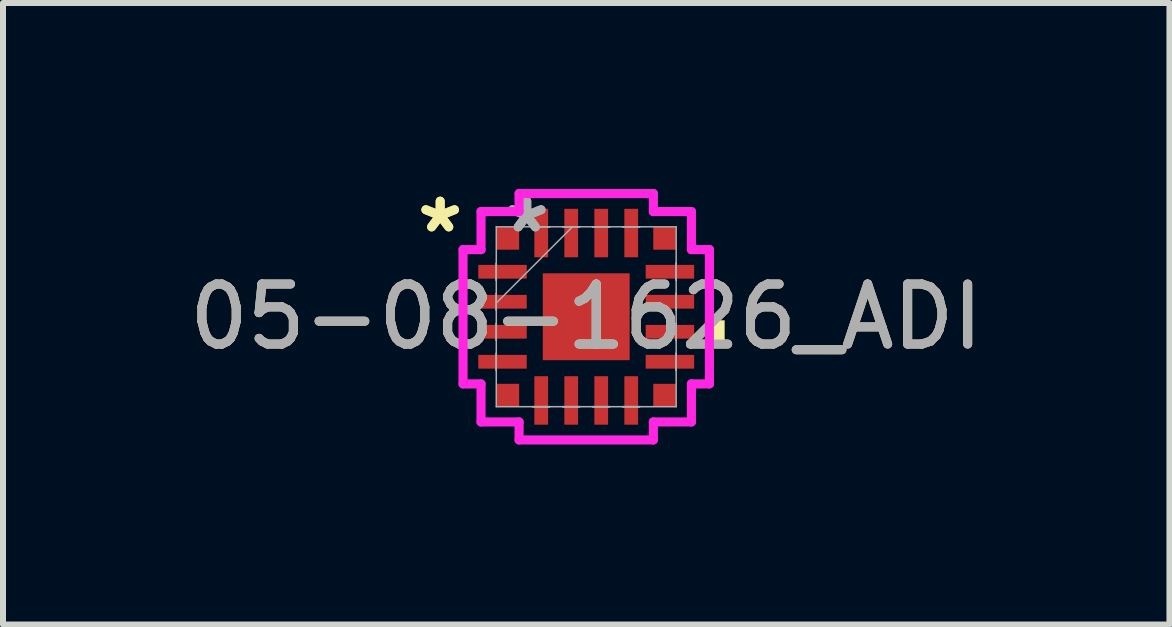
<source format=kicad_pcb>
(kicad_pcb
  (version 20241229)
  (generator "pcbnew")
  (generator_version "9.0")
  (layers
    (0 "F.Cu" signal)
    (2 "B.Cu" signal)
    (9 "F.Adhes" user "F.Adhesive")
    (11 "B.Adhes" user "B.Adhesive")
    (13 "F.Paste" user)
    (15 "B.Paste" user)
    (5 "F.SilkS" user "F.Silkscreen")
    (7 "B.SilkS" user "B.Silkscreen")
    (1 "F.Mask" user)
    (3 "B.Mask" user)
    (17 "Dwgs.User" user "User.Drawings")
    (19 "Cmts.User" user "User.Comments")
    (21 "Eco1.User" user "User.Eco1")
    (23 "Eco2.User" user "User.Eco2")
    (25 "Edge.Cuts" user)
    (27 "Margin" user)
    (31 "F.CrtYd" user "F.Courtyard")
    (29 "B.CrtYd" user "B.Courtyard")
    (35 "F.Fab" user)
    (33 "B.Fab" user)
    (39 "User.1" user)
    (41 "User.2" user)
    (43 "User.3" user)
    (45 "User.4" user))
  (footprint "05-08-1626_ADI"
    (layer "F.Cu")
    (at 6.72 2.229)
    (property "Reference" "05-08-1626_ADI" (at 0 0 0) (unlocked yes) (layer "F.SilkS") (effects (font (size 1 1) (thickness 0.15))))
    (attr smd)
    (fp_poly (pts (xy 2.307 0.059) (xy 2.307 0.441) (xy 2.053 0.441) (xy 2.053 0.059)) (stroke (width 0) (type solid)) (fill yes) (layer "F.SilkS"))
    (fp_line (start -2.053 -1.119) (end -1.753 -1.119) (stroke (width 0.152) (type solid)) (layer "F.CrtYd"))
    (fp_line (start -2.053 1.119) (end -2.053 -1.119) (stroke (width 0.152) (type solid)) (layer "F.CrtYd"))
    (fp_line (start -2.053 1.119) (end -1.753 1.119) (stroke (width 0.152) (type solid)) (layer "F.CrtYd"))
    (fp_line (start -1.753 -1.753) (end -1.119 -1.753) (stroke (width 0.152) (type solid)) (layer "F.CrtYd"))
    (fp_line (start -1.753 -1.119) (end -1.753 -1.753) (stroke (width 0.152) (type solid)) (layer "F.CrtYd"))
    (fp_line (start -1.753 1.753) (end -1.753 1.119) (stroke (width 0.152) (type solid)) (layer "F.CrtYd"))
    (fp_line (start -1.119 -2.053) (end 1.119 -2.053) (stroke (width 0.152) (type solid)) (layer "F.CrtYd"))
    (fp_line (start -1.119 -1.753) (end -1.119 -2.053) (stroke (width 0.152) (type solid)) (layer "F.CrtYd"))
    (fp_line (start -1.119 1.753) (end -1.753 1.753) (stroke (width 0.152) (type solid)) (layer "F.CrtYd"))
    (fp_line (start -1.119 2.053) (end -1.119 1.753) (stroke (width 0.152) (type solid)) (layer "F.CrtYd"))
    (fp_line (start 1.119 -2.053) (end 1.119 -1.753) (stroke (width 0.152) (type solid)) (layer "F.CrtYd"))
    (fp_line (start 1.119 -1.753) (end 1.753 -1.753) (stroke (width 0.152) (type solid)) (layer "F.CrtYd"))
    (fp_line (start 1.119 1.753) (end 1.119 2.053) (stroke (width 0.152) (type solid)) (layer "F.CrtYd"))
    (fp_line (start 1.119 2.053) (end -1.119 2.053) (stroke (width 0.152) (type solid)) (layer "F.CrtYd"))
    (fp_line (start 1.753 -1.753) (end 1.753 -1.119) (stroke (width 0.152) (type solid)) (layer "F.CrtYd"))
    (fp_line (start 1.753 -1.119) (end 2.053 -1.119) (stroke (width 0.152) (type solid)) (layer "F.CrtYd"))
    (fp_line (start 1.753 1.119) (end 1.753 1.753) (stroke (width 0.152) (type solid)) (layer "F.CrtYd"))
    (fp_line (start 1.753 1.753) (end 1.119 1.753) (stroke (width 0.152) (type solid)) (layer "F.CrtYd"))
    (fp_line (start 2.053 -1.119) (end 2.053 1.119) (stroke (width 0.152) (type solid)) (layer "F.CrtYd"))
    (fp_line (start 2.053 1.119) (end 1.753 1.119) (stroke (width 0.152) (type solid)) (layer "F.CrtYd"))
    (fp_line (start -1.499 -1.499) (end -1.499 1.499) (stroke (width 0.025) (type solid)) (layer "F.Fab"))
    (fp_line (start -1.499 -0.89) (end -1.499 -0.89) (stroke (width 0.025) (type solid)) (layer "F.Fab"))
    (fp_line (start -1.499 -0.89) (end -1.499 -0.61) (stroke (width 0.025) (type solid)) (layer "F.Fab"))
    (fp_line (start -1.499 -0.61) (end -1.499 -0.89) (stroke (width 0.025) (type solid)) (layer "F.Fab"))
    (fp_line (start -1.499 -0.61) (end -1.499 -0.61) (stroke (width 0.025) (type solid)) (layer "F.Fab"))
    (fp_line (start -1.499 -0.39) (end -1.499 -0.39) (stroke (width 0.025) (type solid)) (layer "F.Fab"))
    (fp_line (start -1.499 -0.39) (end -1.499 -0.11) (stroke (width 0.025) (type solid)) (layer "F.Fab"))
    (fp_line (start -1.499 -0.229) (end -0.229 -1.499) (stroke (width 0.025) (type solid)) (layer "F.Fab"))
    (fp_line (start -1.499 -0.11) (end -1.499 -0.39) (stroke (width 0.025) (type solid)) (layer "F.Fab"))
    (fp_line (start -1.499 -0.11) (end -1.499 -0.11) (stroke (width 0.025) (type solid)) (layer "F.Fab"))
    (fp_line (start -1.499 0.11) (end -1.499 0.11) (stroke (width 0.025) (type solid)) (layer "F.Fab"))
    (fp_line (start -1.499 0.11) (end -1.499 0.39) (stroke (width 0.025) (type solid)) (layer "F.Fab"))
    (fp_line (start -1.499 0.39) (end -1.499 0.11) (stroke (width 0.025) (type solid)) (layer "F.Fab"))
    (fp_line (start -1.499 0.39) (end -1.499 0.39) (stroke (width 0.025) (type solid)) (layer "F.Fab"))
    (fp_line (start -1.499 0.61) (end -1.499 0.61) (stroke (width 0.025) (type solid)) (layer "F.Fab"))
    (fp_line (start -1.499 0.61) (end -1.499 0.89) (stroke (width 0.025) (type solid)) (layer "F.Fab"))
    (fp_line (start -1.499 0.89) (end -1.499 0.61) (stroke (width 0.025) (type solid)) (layer "F.Fab"))
    (fp_line (start -1.499 0.89) (end -1.499 0.89) (stroke (width 0.025) (type solid)) (layer "F.Fab"))
    (fp_line (start -1.499 1.499) (end 1.499 1.499) (stroke (width 0.025) (type solid)) (layer "F.Fab"))
    (fp_line (start -0.89 -1.499) (end -0.89 -1.499) (stroke (width 0.025) (type solid)) (layer "F.Fab"))
    (fp_line (start -0.89 -1.499) (end -0.61 -1.499) (stroke (width 0.025) (type solid)) (layer "F.Fab"))
    (fp_line (start -0.89 1.499) (end -0.89 1.499) (stroke (width 0.025) (type solid)) (layer "F.Fab"))
    (fp_line (start -0.89 1.499) (end -0.61 1.499) (stroke (width 0.025) (type solid)) (layer "F.Fab"))
    (fp_line (start -0.61 -1.499) (end -0.89 -1.499) (stroke (width 0.025) (type solid)) (layer "F.Fab"))
    (fp_line (start -0.61 -1.499) (end -0.61 -1.499) (stroke (width 0.025) (type solid)) (layer "F.Fab"))
    (fp_line (start -0.61 1.499) (end -0.89 1.499) (stroke (width 0.025) (type solid)) (layer "F.Fab"))
    (fp_line (start -0.61 1.499) (end -0.61 1.499) (stroke (width 0.025) (type solid)) (layer "F.Fab"))
    (fp_line (start -0.39 -1.499) (end -0.39 -1.499) (stroke (width 0.025) (type solid)) (layer "F.Fab"))
    (fp_line (start -0.39 -1.499) (end -0.11 -1.499) (stroke (width 0.025) (type solid)) (layer "F.Fab"))
    (fp_line (start -0.39 1.499) (end -0.39 1.499) (stroke (width 0.025) (type solid)) (layer "F.Fab"))
    (fp_line (start -0.39 1.499) (end -0.11 1.499) (stroke (width 0.025) (type solid)) (layer "F.Fab"))
    (fp_line (start -0.11 -1.499) (end -0.39 -1.499) (stroke (width 0.025) (type solid)) (layer "F.Fab"))
    (fp_line (start -0.11 -1.499) (end -0.11 -1.499) (stroke (width 0.025) (type solid)) (layer "F.Fab"))
    (fp_line (start -0.11 1.499) (end -0.39 1.499) (stroke (width 0.025) (type solid)) (layer "F.Fab"))
    (fp_line (start -0.11 1.499) (end -0.11 1.499) (stroke (width 0.025) (type solid)) (layer "F.Fab"))
    (fp_line (start 0.11 -1.499) (end 0.11 -1.499) (stroke (width 0.025) (type solid)) (layer "F.Fab"))
    (fp_line (start 0.11 -1.499) (end 0.39 -1.499) (stroke (width 0.025) (type solid)) (layer "F.Fab"))
    (fp_line (start 0.11 1.499) (end 0.11 1.499) (stroke (width 0.025) (type solid)) (layer "F.Fab"))
    (fp_line (start 0.11 1.499) (end 0.39 1.499) (stroke (width 0.025) (type solid)) (layer "F.Fab"))
    (fp_line (start 0.39 -1.499) (end 0.11 -1.499) (stroke (width 0.025) (type solid)) (layer "F.Fab"))
    (fp_line (start 0.39 -1.499) (end 0.39 -1.499) (stroke (width 0.025) (type solid)) (layer "F.Fab"))
    (fp_line (start 0.39 1.499) (end 0.11 1.499) (stroke (width 0.025) (type solid)) (layer "F.Fab"))
    (fp_line (start 0.39 1.499) (end 0.39 1.499) (stroke (width 0.025) (type solid)) (layer "F.Fab"))
    (fp_line (start 0.61 -1.499) (end 0.61 -1.499) (stroke (width 0.025) (type solid)) (layer "F.Fab"))
    (fp_line (start 0.61 -1.499) (end 0.89 -1.499) (stroke (width 0.025) (type solid)) (layer "F.Fab"))
    (fp_line (start 0.61 1.499) (end 0.61 1.499) (stroke (width 0.025) (type solid)) (layer "F.Fab"))
    (fp_line (start 0.61 1.499) (end 0.89 1.499) (stroke (width 0.025) (type solid)) (layer "F.Fab"))
    (fp_line (start 0.89 -1.499) (end 0.61 -1.499) (stroke (width 0.025) (type solid)) (layer "F.Fab"))
    (fp_line (start 0.89 -1.499) (end 0.89 -1.499) (stroke (width 0.025) (type solid)) (layer "F.Fab"))
    (fp_line (start 0.89 1.499) (end 0.61 1.499) (stroke (width 0.025) (type solid)) (layer "F.Fab"))
    (fp_line (start 0.89 1.499) (end 0.89 1.499) (stroke (width 0.025) (type solid)) (layer "F.Fab"))
    (fp_line (start 1.499 -1.499) (end -1.499 -1.499) (stroke (width 0.025) (type solid)) (layer "F.Fab"))
    (fp_line (start 1.499 -0.89) (end 1.499 -0.89) (stroke (width 0.025) (type solid)) (layer "F.Fab"))
    (fp_line (start 1.499 -0.89) (end 1.499 -0.61) (stroke (width 0.025) (type solid)) (layer "F.Fab"))
    (fp_line (start 1.499 -0.61) (end 1.499 -0.89) (stroke (width 0.025) (type solid)) (layer "F.Fab"))
    (fp_line (start 1.499 -0.61) (end 1.499 -0.61) (stroke (width 0.025) (type solid)) (layer "F.Fab"))
    (fp_line (start 1.499 -0.39) (end 1.499 -0.39) (stroke (width 0.025) (type solid)) (layer "F.Fab"))
    (fp_line (start 1.499 -0.39) (end 1.499 -0.11) (stroke (width 0.025) (type solid)) (layer "F.Fab"))
    (fp_line (start 1.499 -0.11) (end 1.499 -0.39) (stroke (width 0.025) (type solid)) (layer "F.Fab"))
    (fp_line (start 1.499 -0.11) (end 1.499 -0.11) (stroke (width 0.025) (type solid)) (layer "F.Fab"))
    (fp_line (start 1.499 0.11) (end 1.499 0.11) (stroke (width 0.025) (type solid)) (layer "F.Fab"))
    (fp_line (start 1.499 0.11) (end 1.499 0.39) (stroke (width 0.025) (type solid)) (layer "F.Fab"))
    (fp_line (start 1.499 0.39) (end 1.499 0.11) (stroke (width 0.025) (type solid)) (layer "F.Fab"))
    (fp_line (start 1.499 0.39) (end 1.499 0.39) (stroke (width 0.025) (type solid)) (layer "F.Fab"))
    (fp_line (start 1.499 0.61) (end 1.499 0.61) (stroke (width 0.025) (type solid)) (layer "F.Fab"))
    (fp_line (start 1.499 0.61) (end 1.499 0.89) (stroke (width 0.025) (type solid)) (layer "F.Fab"))
    (fp_line (start 1.499 0.89) (end 1.499 0.61) (stroke (width 0.025) (type solid)) (layer "F.Fab"))
    (fp_line (start 1.499 0.89) (end 1.499 0.89) (stroke (width 0.025) (type solid)) (layer "F.Fab"))
    (fp_line (start 1.499 1.499) (end 1.499 -1.499) (stroke (width 0.025) (type solid)) (layer "F.Fab"))
    (fp_text user "*" (at -2.434 -1.381 0) (unlocked yes) (layer "F.SilkS") (effects (font (size 1 1) (thickness 0.15))))
    (fp_text user "*" (at -2.434 -1.381 0) (layer "F.SilkS") (effects (font (size 1 1) (thickness 0.15))))
    (fp_text user "*" (at -0.991 -1.381 0) (unlocked yes) (layer "F.Fab") (effects (font (size 1 1) (thickness 0.15))))
    (fp_text user "*" (at -0.991 -1.381 0) (layer "F.Fab") (effects (font (size 1 1) (thickness 0.15))))
    (fp_text user "${REFERENCE}" (at 0 0 0) (unlocked yes) (layer "F.Fab") (effects (font (size 1 1) (thickness 0.15))))
    (pad "1" smd rect (at -1.395 -0.75 90) (size 0.229 0.808) (layers "F.Cu" "F.Mask" "F.Paste"))
    (pad "2" smd rect (at -1.395 -0.25 90) (size 0.229 0.808) (layers "F.Cu" "F.Mask" "F.Paste"))
    (pad "3" smd rect (at -1.395 0.25 90) (size 0.229 0.808) (layers "F.Cu" "F.Mask" "F.Paste"))
    (pad "4" smd rect (at -1.395 0.75 90) (size 0.229 0.808) (layers "F.Cu" "F.Mask" "F.Paste"))
    (pad "5" smd rect (at -0.75 1.395) (size 0.229 0.808) (layers "F.Cu" "F.Mask" "F.Paste"))
    (pad "6" smd rect (at -0.25 1.395) (size 0.229 0.808) (layers "F.Cu" "F.Mask" "F.Paste"))
    (pad "7" smd rect (at 0.25 1.395) (size 0.229 0.808) (layers "F.Cu" "F.Mask" "F.Paste"))
    (pad "8" smd rect (at 0.75 1.395) (size 0.229 0.808) (layers "F.Cu" "F.Mask" "F.Paste"))
    (pad "9" smd rect (at 1.395 0.75 90) (size 0.229 0.808) (layers "F.Cu" "F.Mask" "F.Paste"))
    (pad "10" smd rect (at 1.395 0.25 90) (size 0.229 0.808) (layers "F.Cu" "F.Mask" "F.Paste"))
    (pad "11" smd rect (at 1.395 -0.25 90) (size 0.229 0.808) (layers "F.Cu" "F.Mask" "F.Paste"))
    (pad "12" smd rect (at 1.395 -0.75 90) (size 0.229 0.808) (layers "F.Cu" "F.Mask" "F.Paste"))
    (pad "13" smd rect (at 0.75 -1.395) (size 0.229 0.808) (layers "F.Cu" "F.Mask" "F.Paste"))
    (pad "14" smd rect (at 0.25 -1.395) (size 0.229 0.808) (layers "F.Cu" "F.Mask" "F.Paste"))
    (pad "15" smd rect (at -0.25 -1.395) (size 0.229 0.808) (layers "F.Cu" "F.Mask" "F.Paste"))
    (pad "16" smd rect (at -0.75 -1.395) (size 0.229 0.808) (layers "F.Cu" "F.Mask" "F.Paste"))
    (pad "17" smd rect (at 0 0) (size 1.448 1.448) (layers "F.Cu" "F.Mask" "F.Paste"))
    (pad "18" smd rect (at -1.308 -1.308) (size 0.381 0.381) (layers "F.Cu" "F.Mask" "F.Paste"))
    (pad "19" smd rect (at -1.308 1.308) (size 0.381 0.381) (layers "F.Cu" "F.Mask" "F.Paste"))
    (pad "20" smd rect (at 1.308 1.308) (size 0.381 0.381) (layers "F.Cu" "F.Mask" "F.Paste"))
    (pad "21" smd rect (at 1.308 -1.308) (size 0.381 0.381) (layers "F.Cu" "F.Mask" "F.Paste")))
  (gr_rect
    (start -3 -3)
    (end 16.44 7.358)
    (stroke (width 0.1) (type default))
    (fill no)
    (layer "Edge.Cuts")))
</source>
